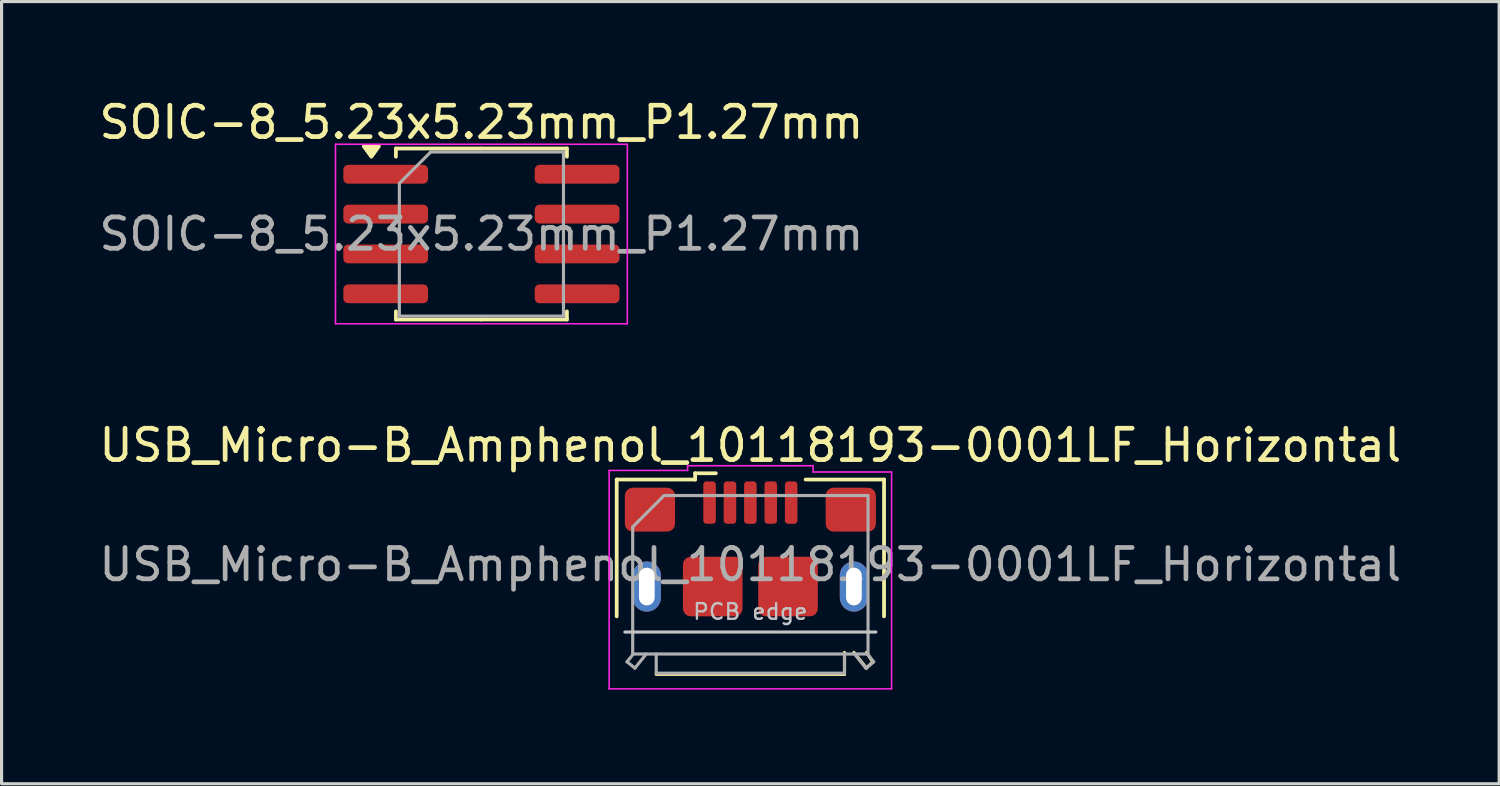
<source format=kicad_pcb>
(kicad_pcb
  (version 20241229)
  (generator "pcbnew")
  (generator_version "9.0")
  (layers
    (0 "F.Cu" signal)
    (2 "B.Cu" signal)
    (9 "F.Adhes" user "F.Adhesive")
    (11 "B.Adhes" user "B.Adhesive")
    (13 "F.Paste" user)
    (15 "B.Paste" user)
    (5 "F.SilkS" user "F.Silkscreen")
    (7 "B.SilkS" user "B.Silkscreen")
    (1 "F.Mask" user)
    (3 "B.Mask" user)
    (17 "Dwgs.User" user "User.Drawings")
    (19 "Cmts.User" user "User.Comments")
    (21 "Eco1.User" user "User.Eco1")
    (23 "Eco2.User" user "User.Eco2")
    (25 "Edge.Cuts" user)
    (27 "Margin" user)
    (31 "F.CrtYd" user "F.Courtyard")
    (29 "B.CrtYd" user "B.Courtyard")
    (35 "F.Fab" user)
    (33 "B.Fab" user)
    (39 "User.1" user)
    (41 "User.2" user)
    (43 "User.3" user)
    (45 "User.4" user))
  (footprint "USB_Micro-B_Amphenol_10118193-0001LF_Horizontal"
    (layer "F.Cu")
    (at 20.863 15.642)
    (property "Reference" "USB_Micro-B_Amphenol_10118193-0001LF_Horizontal" (at 0 -4.5 0) (layer "F.SilkS") (effects (font (size 1 1) (thickness 0.15))))
    (attr smd)
    (fp_line (start -4.26 -3.41) (end -4.26 0.95) (stroke (width 0.12) (type solid)) (layer "F.SilkS"))
    (fp_line (start -4.26 -3.41) (end -1.76 -3.41) (stroke (width 0.12) (type default)) (layer "F.SilkS"))
    (fp_line (start -1.76 -3.41) (end -1.76 -3.61) (stroke (width 0.12) (type default)) (layer "F.SilkS"))
    (fp_line (start -1.1 -3.61) (end -1.76 -3.61) (stroke (width 0.12) (type default)) (layer "F.SilkS"))
    (fp_line (start 1.76 -3.41) (end 4.26 -3.41) (stroke (width 0.12) (type default)) (layer "F.SilkS"))
    (fp_line (start 3 2.1) (end 3 2.8) (stroke (width 0.1) (type default)) (layer "F.SilkS"))
    (fp_line (start 3 2.8) (end -3 2.8) (stroke (width 0.1) (type default)) (layer "F.SilkS"))
    (fp_line (start 3.7 2.1) (end 3.9 2.4) (stroke (width 0.1) (type default)) (layer "F.SilkS"))
    (fp_line (start 3.7 2.6) (end 3.3 2.1) (stroke (width 0.1) (type default)) (layer "F.SilkS"))
    (fp_line (start 3.9 2.4) (end 3.7 2.6) (stroke (width 0.1) (type default)) (layer "F.SilkS"))
    (fp_line (start 4.26 -3.41) (end 4.26 0.95) (stroke (width 0.12) (type solid)) (layer "F.SilkS"))
    (fp_line (start -4 1.45) (end 4 1.45) (stroke (width 0.1) (type solid)) (layer "Dwgs.User"))
    (fp_line (start -4.5 -3.7) (end -4.5 3.26) (stroke (width 0.05) (type solid)) (layer "F.CrtYd"))
    (fp_line (start -4.5 -3.7) (end -2 -3.7) (stroke (width 0.05) (type default)) (layer "F.CrtYd"))
    (fp_line (start -2 -3.85) (end 2 -3.85) (stroke (width 0.05) (type solid)) (layer "F.CrtYd"))
    (fp_line (start -2 -3.7) (end -2 -3.85) (stroke (width 0.05) (type default)) (layer "F.CrtYd"))
    (fp_line (start 2 -3.65) (end 2 -3.85) (stroke (width 0.05) (type default)) (layer "F.CrtYd"))
    (fp_line (start 4.5 -3.65) (end 2 -3.65) (stroke (width 0.05) (type default)) (layer "F.CrtYd"))
    (fp_line (start 4.5 3.26) (end -4.5 3.26) (stroke (width 0.05) (type solid)) (layer "F.CrtYd"))
    (fp_line (start 4.5 3.26) (end 4.5 -3.65) (stroke (width 0.05) (type solid)) (layer "F.CrtYd"))
    (fp_line (start -3.93 2.4) (end -3.68 2.6) (stroke (width 0.1) (type solid)) (layer "F.Fab"))
    (fp_line (start -3.75 -1.9) (end -3.75 2.15) (stroke (width 0.1) (type solid)) (layer "F.Fab"))
    (fp_line (start -3.75 -1.9) (end -2.75 -2.9) (stroke (width 0.1) (type default)) (layer "F.Fab"))
    (fp_line (start -3.75 2.15) (end 3.75 2.15) (stroke (width 0.1) (type solid)) (layer "F.Fab"))
    (fp_line (start -3.73 2.15) (end -3.93 2.4) (stroke (width 0.1) (type solid)) (layer "F.Fab"))
    (fp_line (start -3.32 2.15) (end -3.68 2.6) (stroke (width 0.1) (type solid)) (layer "F.Fab"))
    (fp_line (start -3 2.15) (end -3 2.76) (stroke (width 0.1) (type solid)) (layer "F.Fab"))
    (fp_line (start -3 2.76) (end 3 2.76) (stroke (width 0.1) (type solid)) (layer "F.Fab"))
    (fp_line (start 3 2.15) (end 3 2.76) (stroke (width 0.1) (type solid)) (layer "F.Fab"))
    (fp_line (start 3.32 2.15) (end 3.68 2.6) (stroke (width 0.1) (type solid)) (layer "F.Fab"))
    (fp_line (start 3.73 -2.9) (end -2.75 -2.9) (stroke (width 0.1) (type solid)) (layer "F.Fab"))
    (fp_line (start 3.73 2.15) (end 3.93 2.4) (stroke (width 0.1) (type solid)) (layer "F.Fab"))
    (fp_line (start 3.75 2.15) (end 3.75 -2.9) (stroke (width 0.1) (type solid)) (layer "F.Fab"))
    (fp_line (start 3.93 2.4) (end 3.68 2.6) (stroke (width 0.1) (type solid)) (layer "F.Fab"))
    (fp_text user "PCB edge" (at 0 0.8 0) (layer "Dwgs.User") (effects (font (size 0.5 0.5) (thickness 0.075))))
    (fp_text user "${REFERENCE}" (at 0 -0.7 0) (layer "F.Fab") (effects (font (size 1 1) (thickness 0.15))))
    (pad "1" smd roundrect (at -1.3 -2.675) (size 0.4 1.35) (layers "F.Cu" "F.Mask" "F.Paste") (roundrect_rratio 0.25))
    (pad "2" smd roundrect (at -0.65 -2.675) (size 0.4 1.35) (layers "F.Cu" "F.Mask" "F.Paste") (roundrect_rratio 0.25))
    (pad "3" smd roundrect (at 0 -2.675) (size 0.4 1.35) (layers "F.Cu" "F.Mask" "F.Paste") (roundrect_rratio 0.25))
    (pad "4" smd roundrect (at 0.65 -2.675) (size 0.4 1.35) (layers "F.Cu" "F.Mask" "F.Paste") (roundrect_rratio 0.25))
    (pad "5" smd roundrect (at 1.3 -2.675) (size 0.4 1.35) (layers "F.Cu" "F.Mask" "F.Paste") (roundrect_rratio 0.25))
    (pad "6" thru_hole oval (at -3.3 0 90) (size 1.6 0.9) (drill oval 1.2 0.5) (layers "*.Cu" "*.Mask" "F.Paste"))
    (pad "6" smd roundrect (at -3.2 -2.45) (size 1.6 1.4) (layers "F.Cu" "F.Mask" "F.Paste") (roundrect_rratio 0.179))
    (pad "6" smd roundrect (at -1.2 0) (size 1.9 1.9) (layers "F.Cu" "F.Mask" "F.Paste") (roundrect_rratio 0.132))
    (pad "6" smd roundrect (at 1.2 0) (size 1.9 1.9) (layers "F.Cu" "F.Mask" "F.Paste") (roundrect_rratio 0.132))
    (pad "6" smd roundrect (at 3.2 -2.45) (size 1.6 1.4) (layers "F.Cu" "F.Mask" "F.Paste") (roundrect_rratio 0.179))
    (pad "6" thru_hole oval (at 3.3 0 90) (size 1.6 0.9) (drill oval 1.2 0.5) (layers "*.Cu" "*.Mask" "F.Paste")))
  (footprint "SOIC-8_5.23x5.23mm_P1.27mm"
    (layer "F.Cu")
    (at 12.292 4.408)
    (property "Reference" "SOIC-8_5.23x5.23mm_P1.27mm" (at 0 -3.56 0) (layer "F.SilkS") (effects (font (size 1 1) (thickness 0.15))))
    (attr smd)
    (fp_line (start -2.725 -2.725) (end -2.725 -2.465) (stroke (width 0.12) (type solid)) (layer "F.SilkS"))
    (fp_line (start -2.725 2.725) (end -2.725 2.465) (stroke (width 0.12) (type solid)) (layer "F.SilkS"))
    (fp_line (start 0 -2.725) (end -2.725 -2.725) (stroke (width 0.12) (type solid)) (layer "F.SilkS"))
    (fp_line (start 0 -2.725) (end 2.725 -2.725) (stroke (width 0.12) (type solid)) (layer "F.SilkS"))
    (fp_line (start 0 2.725) (end -2.725 2.725) (stroke (width 0.12) (type solid)) (layer "F.SilkS"))
    (fp_line (start 0 2.725) (end 2.725 2.725) (stroke (width 0.12) (type solid)) (layer "F.SilkS"))
    (fp_line (start 2.725 -2.725) (end 2.725 -2.465) (stroke (width 0.12) (type solid)) (layer "F.SilkS"))
    (fp_line (start 2.725 2.725) (end 2.725 2.465) (stroke (width 0.12) (type solid)) (layer "F.SilkS"))
    (fp_poly (pts (xy -3.507 -2.465) (xy -3.748 -2.795) (xy -3.268 -2.795) (xy -3.507 -2.465)) (stroke (width 0.12) (type solid)) (fill yes) (layer "F.SilkS"))
    (fp_line (start -4.65 -2.86) (end -4.65 2.86) (stroke (width 0.05) (type solid)) (layer "F.CrtYd"))
    (fp_line (start -4.65 2.86) (end 4.65 2.86) (stroke (width 0.05) (type solid)) (layer "F.CrtYd"))
    (fp_line (start 4.65 -2.86) (end -4.65 -2.86) (stroke (width 0.05) (type solid)) (layer "F.CrtYd"))
    (fp_line (start 4.65 2.86) (end 4.65 -2.86) (stroke (width 0.05) (type solid)) (layer "F.CrtYd"))
    (fp_line (start -2.615 -1.615) (end -1.615 -2.615) (stroke (width 0.1) (type solid)) (layer "F.Fab"))
    (fp_line (start -2.615 2.615) (end -2.615 -1.615) (stroke (width 0.1) (type solid)) (layer "F.Fab"))
    (fp_line (start -1.615 -2.615) (end 2.615 -2.615) (stroke (width 0.1) (type solid)) (layer "F.Fab"))
    (fp_line (start 2.615 -2.615) (end 2.615 2.615) (stroke (width 0.1) (type solid)) (layer "F.Fab"))
    (fp_line (start 2.615 2.615) (end -2.615 2.615) (stroke (width 0.1) (type solid)) (layer "F.Fab"))
    (fp_text user "${REFERENCE}" (at 0 0 0) (layer "F.Fab") (effects (font (size 1 1) (thickness 0.15))))
    (pad "1" smd roundrect (at -3.05 -1.905) (size 2.7 0.6) (layers "F.Cu" "F.Mask" "F.Paste") (roundrect_rratio 0.25))
    (pad "2" smd roundrect (at -3.05 -0.635) (size 2.7 0.6) (layers "F.Cu" "F.Mask" "F.Paste") (roundrect_rratio 0.25))
    (pad "3" smd roundrect (at -3.05 0.635) (size 2.7 0.6) (layers "F.Cu" "F.Mask" "F.Paste") (roundrect_rratio 0.25))
    (pad "4" smd roundrect (at -3.05 1.905) (size 2.7 0.6) (layers "F.Cu" "F.Mask" "F.Paste") (roundrect_rratio 0.25))
    (pad "5" smd roundrect (at 3.05 1.905) (size 2.7 0.6) (layers "F.Cu" "F.Mask" "F.Paste") (roundrect_rratio 0.25))
    (pad "6" smd roundrect (at 3.05 0.635) (size 2.7 0.6) (layers "F.Cu" "F.Mask" "F.Paste") (roundrect_rratio 0.25))
    (pad "7" smd roundrect (at 3.05 -0.635) (size 2.7 0.6) (layers "F.Cu" "F.Mask" "F.Paste") (roundrect_rratio 0.25))
    (pad "8" smd roundrect (at 3.05 -1.905) (size 2.7 0.6) (layers "F.Cu" "F.Mask" "F.Paste") (roundrect_rratio 0.25)))
  (gr_rect
    (start -3 -3)
    (end 44.726 21.927)
    (stroke (width 0.1) (type default))
    (fill no)
    (layer "Edge.Cuts")))
</source>
